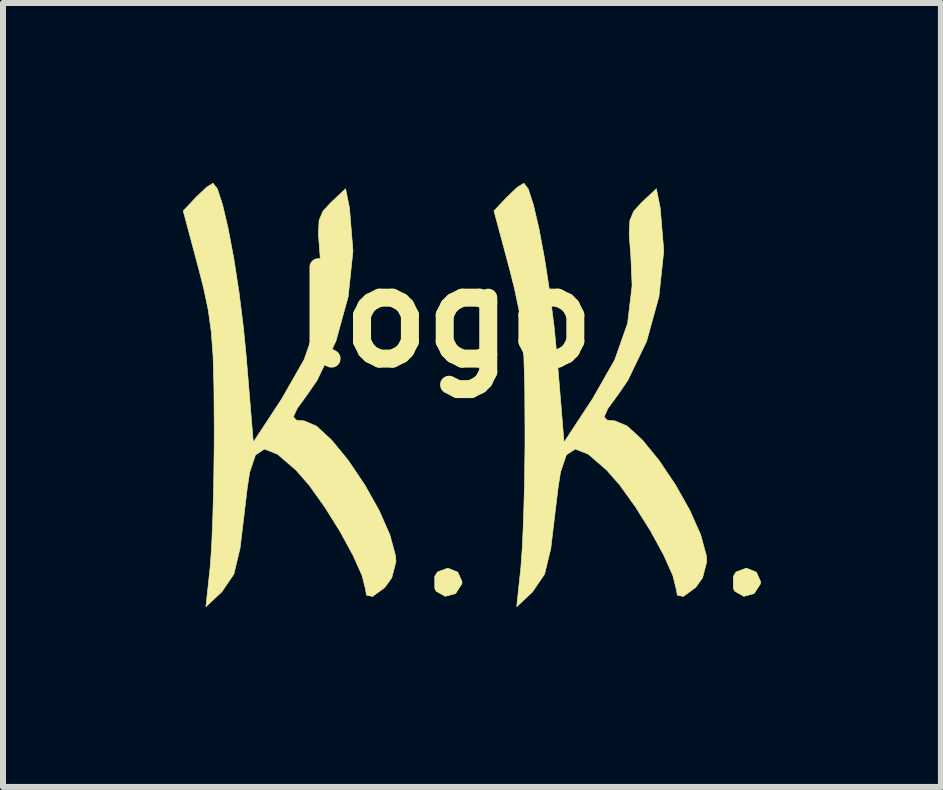
<source format=kicad_pcb>
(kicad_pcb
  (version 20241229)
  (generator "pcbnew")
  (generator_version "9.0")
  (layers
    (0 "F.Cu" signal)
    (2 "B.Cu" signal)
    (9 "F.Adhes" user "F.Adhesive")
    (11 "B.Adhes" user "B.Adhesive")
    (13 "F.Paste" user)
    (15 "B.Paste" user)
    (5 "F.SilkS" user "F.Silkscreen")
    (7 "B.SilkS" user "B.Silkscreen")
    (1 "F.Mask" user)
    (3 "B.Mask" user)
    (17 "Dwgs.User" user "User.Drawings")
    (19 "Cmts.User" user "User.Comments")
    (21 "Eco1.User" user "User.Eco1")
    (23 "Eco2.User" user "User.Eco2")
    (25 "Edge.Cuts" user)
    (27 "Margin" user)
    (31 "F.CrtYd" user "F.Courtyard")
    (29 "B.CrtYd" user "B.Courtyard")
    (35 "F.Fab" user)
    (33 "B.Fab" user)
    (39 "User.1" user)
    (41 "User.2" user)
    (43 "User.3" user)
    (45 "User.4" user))
  (footprint "logo"
    (layer "F.Cu")
    (at 4.365 2.24)
    (property "Reference" "logo" (at 0 0 0) (layer "F.SilkS") (effects (font (size 1.524 1.524) (thickness 0.3))))
    (attr through_hole)
    (fp_poly (pts (xy 0.218 4.25) (xy 0.289 4.41) (xy 0.286 4.444) (xy 0.181 4.606) (xy 0.009 4.653) (xy -0.141 4.569) (xy -0.166 4.522) (xy -0.167 4.323) (xy -0.122 4.247) (xy 0.051 4.182) (xy 0.218 4.25)) (stroke (width 0.01) (type solid)) (fill yes) (layer "F.SilkS"))
    (fp_poly (pts (xy 5.196 4.25) (xy 5.268 4.41) (xy 5.264 4.444) (xy 5.159 4.606) (xy 4.987 4.653) (xy 4.837 4.569) (xy 4.812 4.522) (xy 4.811 4.323) (xy 4.856 4.247) (xy 5.029 4.182) (xy 5.196 4.25)) (stroke (width 0.01) (type solid)) (fill yes) (layer "F.SilkS"))
    (fp_poly (pts (xy -3.79 -2.14) (xy -3.704 -1.876) (xy -3.611 -1.479) (xy -3.517 -0.981) (xy -3.43 -0.418) (xy -3.356 0.177) (xy -3.309 0.66) (xy -3.192 2.083) (xy -2.717 1.359) (xy -2.346 0.709) (xy -2.132 0.101) (xy -2.057 -0.529) (xy -2.078 -1.02) (xy -2.106 -1.387) (xy -2.095 -1.615) (xy -2.03 -1.769) (xy -1.9 -1.911) (xy -1.897 -1.914) (xy -1.653 -2.143) (xy -1.588 -1.821) (xy -1.53 -1.106) (xy -1.61 -0.343) (xy -1.815 0.4) (xy -2.129 1.053) (xy -2.273 1.262) (xy -2.461 1.522) (xy -2.525 1.662) (xy -2.469 1.718) (xy -2.345 1.727) (xy -2.139 1.814) (xy -1.884 2.049) (xy -1.607 2.388) (xy -1.335 2.792) (xy -1.095 3.218) (xy -0.915 3.626) (xy -0.821 3.972) (xy -0.813 4.074) (xy -0.883 4.343) (xy -0.999 4.505) (xy -1.202 4.654) (xy -1.304 4.634) (xy -1.321 4.535) (xy -1.378 4.305) (xy -1.531 3.965) (xy -1.748 3.567) (xy -2.001 3.163) (xy -2.259 2.801) (xy -2.479 2.549) (xy -2.787 2.284) (xy -3.006 2.197) (xy -3.155 2.295) (xy -3.252 2.583) (xy -3.293 2.849) (xy -3.344 3.282) (xy -3.399 3.739) (xy -3.413 3.852) (xy -3.516 4.283) (xy -3.718 4.58) (xy -3.727 4.588) (xy -3.982 4.826) (xy -3.911 4.166) (xy -3.887 3.831) (xy -3.867 3.347) (xy -3.852 2.767) (xy -3.844 2.145) (xy -3.843 1.829) (xy -3.848 1.163) (xy -3.862 0.65) (xy -3.893 0.239) (xy -3.943 -0.122) (xy -4.019 -0.483) (xy -4.103 -0.811) (xy -4.36 -1.774) (xy -4.144 -2.004) (xy -3.973 -2.166) (xy -3.864 -2.235) (xy -3.863 -2.235) (xy -3.79 -2.14)) (stroke (width 0.01) (type solid)) (fill yes) (layer "F.SilkS"))
    (fp_poly (pts (xy 1.392 -2.14) (xy 1.478 -1.876) (xy 1.571 -1.479) (xy 1.664 -0.981) (xy 1.751 -0.418) (xy 1.826 0.177) (xy 1.872 0.66) (xy 1.989 2.083) (xy 2.465 1.359) (xy 2.835 0.709) (xy 3.049 0.101) (xy 3.124 -0.529) (xy 3.103 -1.02) (xy 3.075 -1.387) (xy 3.087 -1.615) (xy 3.151 -1.769) (xy 3.281 -1.911) (xy 3.284 -1.914) (xy 3.529 -2.143) (xy 3.593 -1.821) (xy 3.652 -1.106) (xy 3.571 -0.343) (xy 3.366 0.4) (xy 3.052 1.053) (xy 2.909 1.262) (xy 2.72 1.522) (xy 2.657 1.662) (xy 2.713 1.718) (xy 2.837 1.727) (xy 3.043 1.814) (xy 3.298 2.049) (xy 3.574 2.388) (xy 3.846 2.792) (xy 4.086 3.218) (xy 4.267 3.626) (xy 4.361 3.972) (xy 4.369 4.074) (xy 4.299 4.343) (xy 4.183 4.505) (xy 3.98 4.654) (xy 3.878 4.634) (xy 3.861 4.535) (xy 3.803 4.305) (xy 3.651 3.965) (xy 3.434 3.567) (xy 3.181 3.163) (xy 2.922 2.801) (xy 2.702 2.549) (xy 2.395 2.284) (xy 2.176 2.197) (xy 2.027 2.295) (xy 1.93 2.583) (xy 1.889 2.849) (xy 1.837 3.282) (xy 1.782 3.739) (xy 1.769 3.852) (xy 1.665 4.283) (xy 1.463 4.58) (xy 1.454 4.588) (xy 1.2 4.826) (xy 1.27 4.166) (xy 1.294 3.831) (xy 1.315 3.347) (xy 1.33 2.767) (xy 1.338 2.145) (xy 1.338 1.829) (xy 1.334 1.163) (xy 1.319 0.65) (xy 1.289 0.239) (xy 1.238 -0.122) (xy 1.162 -0.483) (xy 1.079 -0.811) (xy 0.821 -1.774) (xy 1.038 -2.004) (xy 1.208 -2.166) (xy 1.318 -2.235) (xy 1.319 -2.235) (xy 1.392 -2.14)) (stroke (width 0.01) (type solid)) (fill yes) (layer "F.SilkS")))
  (gr_rect
    (start -3 -3)
    (end 12.638 10.071)
    (stroke (width 0.1) (type default))
    (fill no)
    (layer "Edge.Cuts")))
</source>
